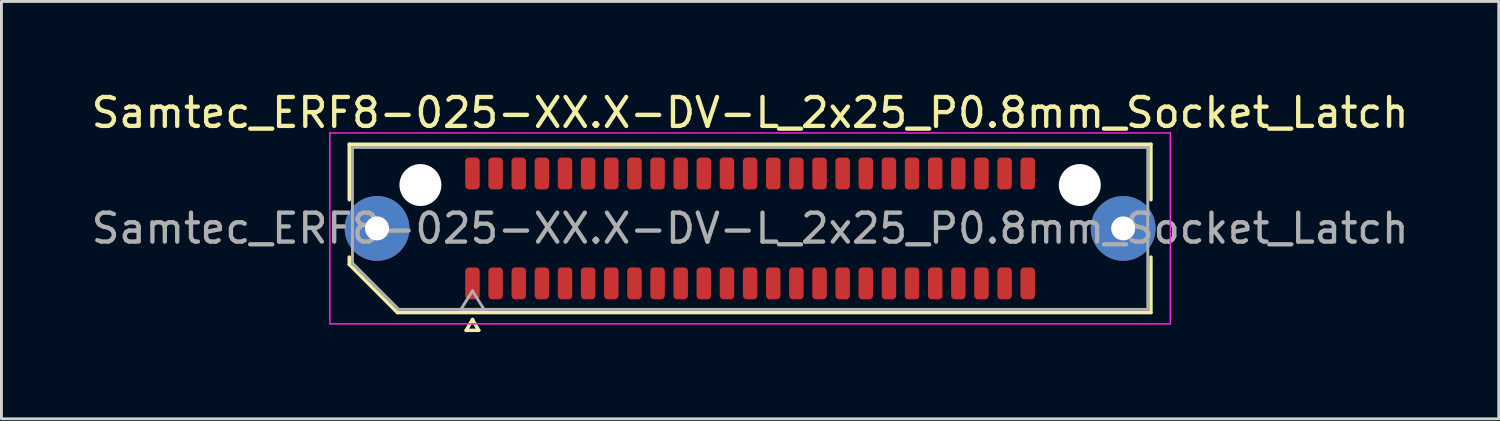
<source format=kicad_pcb>
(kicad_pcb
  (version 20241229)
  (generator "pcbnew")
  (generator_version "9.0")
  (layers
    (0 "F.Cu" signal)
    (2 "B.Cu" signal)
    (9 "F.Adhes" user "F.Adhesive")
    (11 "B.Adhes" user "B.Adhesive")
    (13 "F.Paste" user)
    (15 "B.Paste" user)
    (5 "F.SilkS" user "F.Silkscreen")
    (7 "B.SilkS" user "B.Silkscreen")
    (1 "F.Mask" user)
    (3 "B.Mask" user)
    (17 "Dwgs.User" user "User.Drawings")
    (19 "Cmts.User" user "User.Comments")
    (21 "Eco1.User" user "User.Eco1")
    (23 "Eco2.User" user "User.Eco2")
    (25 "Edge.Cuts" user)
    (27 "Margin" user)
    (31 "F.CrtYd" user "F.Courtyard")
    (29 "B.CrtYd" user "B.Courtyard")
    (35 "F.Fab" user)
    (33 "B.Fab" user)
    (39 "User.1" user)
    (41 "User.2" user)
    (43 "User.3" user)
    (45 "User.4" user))
  (footprint "Samtec_ERF8-025-XX.X-DV-L_2x25_P0.8mm_Socket_Latch"
    (layer "F.Cu")
    (at 22.887 4.848)
    (property "Reference" "Samtec_ERF8-025-XX.X-DV-L_2x25_P0.8mm_Socket_Latch" (at 0 -4 0) (layer "F.SilkS") (effects (font (size 1 1) (thickness 0.15))))
    (attr smd)
    (fp_line (start -13.86 -2.91) (end 13.86 -2.91) (stroke (width 0.12) (type solid)) (layer "F.SilkS"))
    (fp_line (start -13.86 -0.991) (end -13.86 -2.91) (stroke (width 0.12) (type solid)) (layer "F.SilkS"))
    (fp_line (start -13.86 1.246) (end -13.86 0.991) (stroke (width 0.12) (type solid)) (layer "F.SilkS"))
    (fp_line (start -12.196 2.91) (end -13.86 1.246) (stroke (width 0.12) (type solid)) (layer "F.SilkS"))
    (fp_line (start -9.817 3.525) (end -9.6 3.15) (stroke (width 0.12) (type solid)) (layer "F.SilkS"))
    (fp_line (start -9.6 3.15) (end -9.383 3.525) (stroke (width 0.12) (type solid)) (layer "F.SilkS"))
    (fp_line (start -9.383 3.525) (end -9.817 3.525) (stroke (width 0.12) (type solid)) (layer "F.SilkS"))
    (fp_line (start 13.86 -2.91) (end 13.86 -0.991) (stroke (width 0.12) (type solid)) (layer "F.SilkS"))
    (fp_line (start 13.86 0.991) (end 13.86 2.91) (stroke (width 0.12) (type solid)) (layer "F.SilkS"))
    (fp_line (start 13.86 2.91) (end -12.196 2.91) (stroke (width 0.12) (type solid)) (layer "F.SilkS"))
    (fp_line (start -14.53 -3.3) (end -14.53 3.3) (stroke (width 0.05) (type solid)) (layer "F.CrtYd"))
    (fp_line (start -14.53 3.3) (end 14.53 3.3) (stroke (width 0.05) (type solid)) (layer "F.CrtYd"))
    (fp_line (start 14.53 -3.3) (end -14.53 -3.3) (stroke (width 0.05) (type solid)) (layer "F.CrtYd"))
    (fp_line (start 14.53 3.3) (end 14.53 -3.3) (stroke (width 0.05) (type solid)) (layer "F.CrtYd"))
    (fp_line (start -13.75 -2.8) (end 13.75 -2.8) (stroke (width 0.1) (type solid)) (layer "F.Fab"))
    (fp_line (start -13.75 1.2) (end -13.75 -2.8) (stroke (width 0.1) (type solid)) (layer "F.Fab"))
    (fp_line (start -12.15 2.8) (end -13.75 1.2) (stroke (width 0.1) (type solid)) (layer "F.Fab"))
    (fp_line (start -10 2.8) (end -9.6 2.16) (stroke (width 0.1) (type solid)) (layer "F.Fab"))
    (fp_line (start -9.6 2.16) (end -9.2 2.8) (stroke (width 0.1) (type solid)) (layer "F.Fab"))
    (fp_line (start -9.2 2.8) (end -10 2.8) (stroke (width 0.1) (type solid)) (layer "F.Fab"))
    (fp_line (start 13.75 -2.8) (end 13.75 2.8) (stroke (width 0.1) (type solid)) (layer "F.Fab"))
    (fp_line (start 13.75 2.8) (end -12.15 2.8) (stroke (width 0.1) (type solid)) (layer "F.Fab"))
    (fp_text user "${REFERENCE}" (at 0 0 0) (layer "F.Fab") (effects (font (size 1 1) (thickness 0.15))))
    (pad "" thru_hole circle (at -12.9 0) (size 2.24 2.24) (drill 0.83) (layers "*.Cu" "*.Mask" "F.Paste"))
    (pad "" np_thru_hole circle (at -11.4 -1.5) (size 1.45 1.45) (drill 1.45) (layers "*.Cu" "*.Mask"))
    (pad "" np_thru_hole circle (at 11.4 -1.5) (size 1.45 1.45) (drill 1.45) (layers "*.Cu" "*.Mask"))
    (pad "" thru_hole circle (at 12.9 0) (size 2.24 2.24) (drill 0.83) (layers "*.Cu" "*.Mask" "F.Paste"))
    (pad "1" smd roundrect (at -9.6 1.9) (size 0.5 1.1) (layers "F.Cu" "F.Mask" "F.Paste") (roundrect_rratio 0.25))
    (pad "2" smd roundrect (at -9.6 -1.9) (size 0.5 1.1) (layers "F.Cu" "F.Mask" "F.Paste") (roundrect_rratio 0.25))
    (pad "3" smd roundrect (at -8.8 1.9) (size 0.5 1.1) (layers "F.Cu" "F.Mask" "F.Paste") (roundrect_rratio 0.25))
    (pad "4" smd roundrect (at -8.8 -1.9) (size 0.5 1.1) (layers "F.Cu" "F.Mask" "F.Paste") (roundrect_rratio 0.25))
    (pad "5" smd roundrect (at -8 1.9) (size 0.5 1.1) (layers "F.Cu" "F.Mask" "F.Paste") (roundrect_rratio 0.25))
    (pad "6" smd roundrect (at -8 -1.9) (size 0.5 1.1) (layers "F.Cu" "F.Mask" "F.Paste") (roundrect_rratio 0.25))
    (pad "7" smd roundrect (at -7.2 1.9) (size 0.5 1.1) (layers "F.Cu" "F.Mask" "F.Paste") (roundrect_rratio 0.25))
    (pad "8" smd roundrect (at -7.2 -1.9) (size 0.5 1.1) (layers "F.Cu" "F.Mask" "F.Paste") (roundrect_rratio 0.25))
    (pad "9" smd roundrect (at -6.4 1.9) (size 0.5 1.1) (layers "F.Cu" "F.Mask" "F.Paste") (roundrect_rratio 0.25))
    (pad "10" smd roundrect (at -6.4 -1.9) (size 0.5 1.1) (layers "F.Cu" "F.Mask" "F.Paste") (roundrect_rratio 0.25))
    (pad "11" smd roundrect (at -5.6 1.9) (size 0.5 1.1) (layers "F.Cu" "F.Mask" "F.Paste") (roundrect_rratio 0.25))
    (pad "12" smd roundrect (at -5.6 -1.9) (size 0.5 1.1) (layers "F.Cu" "F.Mask" "F.Paste") (roundrect_rratio 0.25))
    (pad "13" smd roundrect (at -4.8 1.9) (size 0.5 1.1) (layers "F.Cu" "F.Mask" "F.Paste") (roundrect_rratio 0.25))
    (pad "14" smd roundrect (at -4.8 -1.9) (size 0.5 1.1) (layers "F.Cu" "F.Mask" "F.Paste") (roundrect_rratio 0.25))
    (pad "15" smd roundrect (at -4 1.9) (size 0.5 1.1) (layers "F.Cu" "F.Mask" "F.Paste") (roundrect_rratio 0.25))
    (pad "16" smd roundrect (at -4 -1.9) (size 0.5 1.1) (layers "F.Cu" "F.Mask" "F.Paste") (roundrect_rratio 0.25))
    (pad "17" smd roundrect (at -3.2 1.9) (size 0.5 1.1) (layers "F.Cu" "F.Mask" "F.Paste") (roundrect_rratio 0.25))
    (pad "18" smd roundrect (at -3.2 -1.9) (size 0.5 1.1) (layers "F.Cu" "F.Mask" "F.Paste") (roundrect_rratio 0.25))
    (pad "19" smd roundrect (at -2.4 1.9) (size 0.5 1.1) (layers "F.Cu" "F.Mask" "F.Paste") (roundrect_rratio 0.25))
    (pad "20" smd roundrect (at -2.4 -1.9) (size 0.5 1.1) (layers "F.Cu" "F.Mask" "F.Paste") (roundrect_rratio 0.25))
    (pad "21" smd roundrect (at -1.6 1.9) (size 0.5 1.1) (layers "F.Cu" "F.Mask" "F.Paste") (roundrect_rratio 0.25))
    (pad "22" smd roundrect (at -1.6 -1.9) (size 0.5 1.1) (layers "F.Cu" "F.Mask" "F.Paste") (roundrect_rratio 0.25))
    (pad "23" smd roundrect (at -0.8 1.9) (size 0.5 1.1) (layers "F.Cu" "F.Mask" "F.Paste") (roundrect_rratio 0.25))
    (pad "24" smd roundrect (at -0.8 -1.9) (size 0.5 1.1) (layers "F.Cu" "F.Mask" "F.Paste") (roundrect_rratio 0.25))
    (pad "25" smd roundrect (at 0 1.9) (size 0.5 1.1) (layers "F.Cu" "F.Mask" "F.Paste") (roundrect_rratio 0.25))
    (pad "26" smd roundrect (at 0 -1.9) (size 0.5 1.1) (layers "F.Cu" "F.Mask" "F.Paste") (roundrect_rratio 0.25))
    (pad "27" smd roundrect (at 0.8 1.9) (size 0.5 1.1) (layers "F.Cu" "F.Mask" "F.Paste") (roundrect_rratio 0.25))
    (pad "28" smd roundrect (at 0.8 -1.9) (size 0.5 1.1) (layers "F.Cu" "F.Mask" "F.Paste") (roundrect_rratio 0.25))
    (pad "29" smd roundrect (at 1.6 1.9) (size 0.5 1.1) (layers "F.Cu" "F.Mask" "F.Paste") (roundrect_rratio 0.25))
    (pad "30" smd roundrect (at 1.6 -1.9) (size 0.5 1.1) (layers "F.Cu" "F.Mask" "F.Paste") (roundrect_rratio 0.25))
    (pad "31" smd roundrect (at 2.4 1.9) (size 0.5 1.1) (layers "F.Cu" "F.Mask" "F.Paste") (roundrect_rratio 0.25))
    (pad "32" smd roundrect (at 2.4 -1.9) (size 0.5 1.1) (layers "F.Cu" "F.Mask" "F.Paste") (roundrect_rratio 0.25))
    (pad "33" smd roundrect (at 3.2 1.9) (size 0.5 1.1) (layers "F.Cu" "F.Mask" "F.Paste") (roundrect_rratio 0.25))
    (pad "34" smd roundrect (at 3.2 -1.9) (size 0.5 1.1) (layers "F.Cu" "F.Mask" "F.Paste") (roundrect_rratio 0.25))
    (pad "35" smd roundrect (at 4 1.9) (size 0.5 1.1) (layers "F.Cu" "F.Mask" "F.Paste") (roundrect_rratio 0.25))
    (pad "36" smd roundrect (at 4 -1.9) (size 0.5 1.1) (layers "F.Cu" "F.Mask" "F.Paste") (roundrect_rratio 0.25))
    (pad "37" smd roundrect (at 4.8 1.9) (size 0.5 1.1) (layers "F.Cu" "F.Mask" "F.Paste") (roundrect_rratio 0.25))
    (pad "38" smd roundrect (at 4.8 -1.9) (size 0.5 1.1) (layers "F.Cu" "F.Mask" "F.Paste") (roundrect_rratio 0.25))
    (pad "39" smd roundrect (at 5.6 1.9) (size 0.5 1.1) (layers "F.Cu" "F.Mask" "F.Paste") (roundrect_rratio 0.25))
    (pad "40" smd roundrect (at 5.6 -1.9) (size 0.5 1.1) (layers "F.Cu" "F.Mask" "F.Paste") (roundrect_rratio 0.25))
    (pad "41" smd roundrect (at 6.4 1.9) (size 0.5 1.1) (layers "F.Cu" "F.Mask" "F.Paste") (roundrect_rratio 0.25))
    (pad "42" smd roundrect (at 6.4 -1.9) (size 0.5 1.1) (layers "F.Cu" "F.Mask" "F.Paste") (roundrect_rratio 0.25))
    (pad "43" smd roundrect (at 7.2 1.9) (size 0.5 1.1) (layers "F.Cu" "F.Mask" "F.Paste") (roundrect_rratio 0.25))
    (pad "44" smd roundrect (at 7.2 -1.9) (size 0.5 1.1) (layers "F.Cu" "F.Mask" "F.Paste") (roundrect_rratio 0.25))
    (pad "45" smd roundrect (at 8 1.9) (size 0.5 1.1) (layers "F.Cu" "F.Mask" "F.Paste") (roundrect_rratio 0.25))
    (pad "46" smd roundrect (at 8 -1.9) (size 0.5 1.1) (layers "F.Cu" "F.Mask" "F.Paste") (roundrect_rratio 0.25))
    (pad "47" smd roundrect (at 8.8 1.9) (size 0.5 1.1) (layers "F.Cu" "F.Mask" "F.Paste") (roundrect_rratio 0.25))
    (pad "48" smd roundrect (at 8.8 -1.9) (size 0.5 1.1) (layers "F.Cu" "F.Mask" "F.Paste") (roundrect_rratio 0.25))
    (pad "49" smd roundrect (at 9.6 1.9) (size 0.5 1.1) (layers "F.Cu" "F.Mask" "F.Paste") (roundrect_rratio 0.25))
    (pad "50" smd roundrect (at 9.6 -1.9) (size 0.5 1.1) (layers "F.Cu" "F.Mask" "F.Paste") (roundrect_rratio 0.25)))
  (gr_rect
    (start -3 -3)
    (end 48.774 11.433)
    (stroke (width 0.1) (type default))
    (fill no)
    (layer "Edge.Cuts")))
</source>
